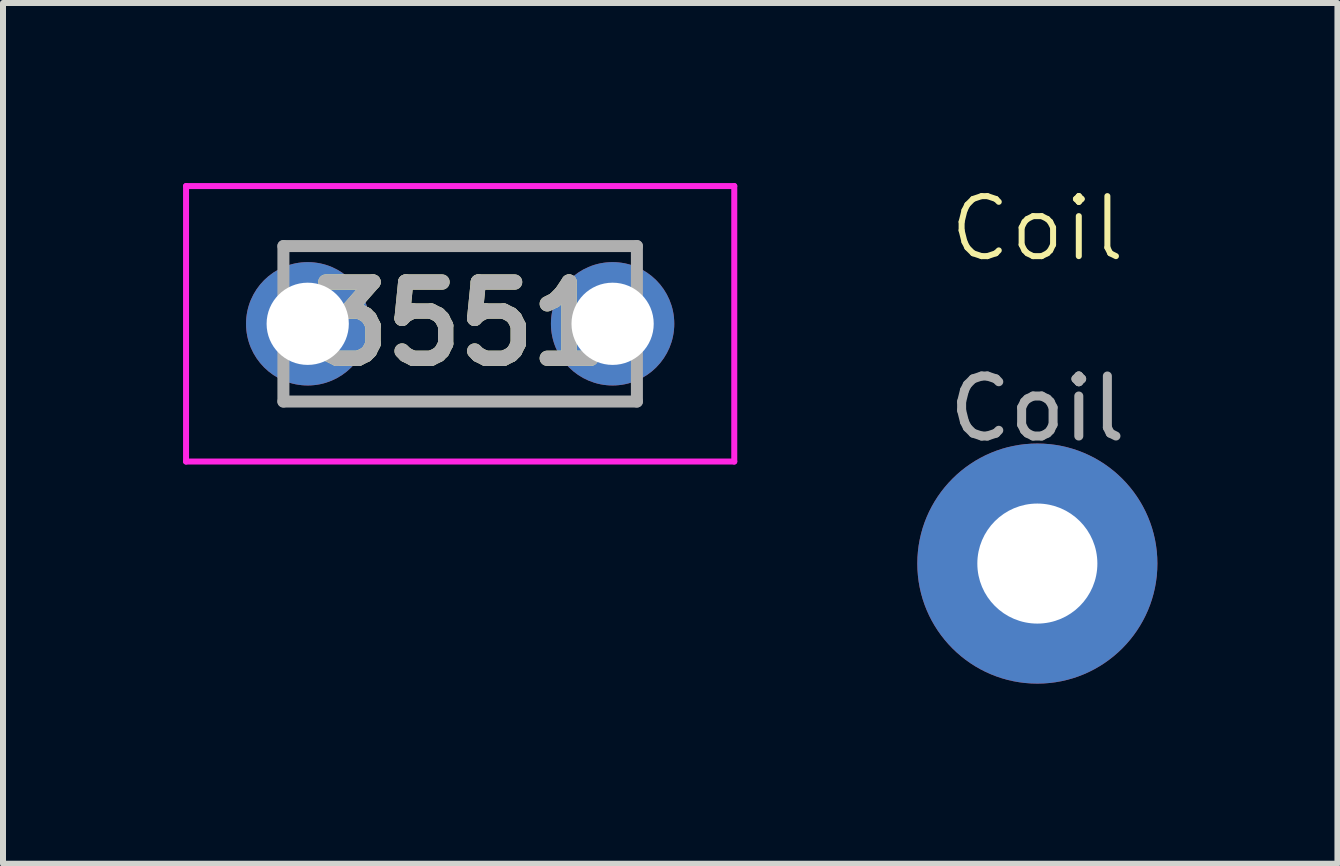
<source format=kicad_pcb>
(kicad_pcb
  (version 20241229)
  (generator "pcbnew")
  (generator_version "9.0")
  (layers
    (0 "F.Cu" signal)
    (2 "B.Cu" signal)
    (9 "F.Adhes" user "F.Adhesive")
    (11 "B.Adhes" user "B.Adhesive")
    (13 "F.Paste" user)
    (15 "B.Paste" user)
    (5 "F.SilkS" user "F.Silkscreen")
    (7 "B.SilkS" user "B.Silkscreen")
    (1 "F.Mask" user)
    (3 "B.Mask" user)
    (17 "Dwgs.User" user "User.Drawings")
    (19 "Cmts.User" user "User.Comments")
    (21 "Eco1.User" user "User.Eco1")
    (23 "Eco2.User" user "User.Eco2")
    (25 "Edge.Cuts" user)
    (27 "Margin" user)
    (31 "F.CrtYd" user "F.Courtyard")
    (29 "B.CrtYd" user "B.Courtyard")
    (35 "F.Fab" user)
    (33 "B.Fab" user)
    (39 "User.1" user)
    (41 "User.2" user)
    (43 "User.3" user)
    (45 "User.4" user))
  (footprint "3551"
    (layer "F.Cu")
    (at 2.077 2.345)
    (property "Reference" "3551" (at 2.54 0 0) (layer "F.SilkS") (effects (font (size 1.27 1.27) (thickness 0.254))))
    (attr through_hole)
    (fp_line (start -0.405 -1.295) (end 5.485 -1.295) (stroke (width 0.1) (type solid)) (layer "F.SilkS"))
    (fp_line (start -0.405 1.295) (end 5.485 1.295) (stroke (width 0.1) (type solid)) (layer "F.SilkS"))
    (fp_line (start -2.027 -2.295) (end 7.107 -2.295) (stroke (width 0.1) (type solid)) (layer "F.CrtYd"))
    (fp_line (start -2.027 2.295) (end -2.027 -2.295) (stroke (width 0.1) (type solid)) (layer "F.CrtYd"))
    (fp_line (start 7.107 -2.295) (end 7.107 2.295) (stroke (width 0.1) (type solid)) (layer "F.CrtYd"))
    (fp_line (start 7.107 2.295) (end -2.027 2.295) (stroke (width 0.1) (type solid)) (layer "F.CrtYd"))
    (fp_line (start -0.405 -1.295) (end 5.485 -1.295) (stroke (width 0.2) (type solid)) (layer "F.Fab"))
    (fp_line (start -0.405 1.295) (end -0.405 -1.295) (stroke (width 0.2) (type solid)) (layer "F.Fab"))
    (fp_line (start 5.485 -1.295) (end 5.485 1.295) (stroke (width 0.2) (type solid)) (layer "F.Fab"))
    (fp_line (start 5.485 1.295) (end -0.405 1.295) (stroke (width 0.2) (type solid)) (layer "F.Fab"))
    (fp_text user "${REFERENCE}" (at 2.54 0 0) (layer "F.Fab") (effects (font (size 1.27 1.27) (thickness 0.254))))
    (pad "1" thru_hole circle (at 0 0) (size 2.055 2.055) (drill 1.37) (layers "*.Cu" "*.Mask"))
    (pad "2" thru_hole circle (at 5.08 0) (size 2.055 2.055) (drill 1.37) (layers "*.Cu" "*.Mask")))
  (footprint "Coil"
    (layer "F.Cu")
    (at 14.234 6.34)
    (property "Reference" "Coil" (at 0 -5.58 0) (unlocked yes) (layer "F.SilkS") (effects (font (size 1 1) (thickness 0.1))))
    (attr through_hole)
    (fp_text user "${REFERENCE}" (at 0 -2.58 0) (unlocked yes) (layer "F.Fab") (effects (font (size 1 1) (thickness 0.15))))
    (pad "1" thru_hole circle (at 0 0) (size 4 4) (drill 2) (layers "*.Cu" "*.Mask")))
  (gr_rect
    (start -3 -3)
    (end 19.234 11.341)
    (stroke (width 0.1) (type default))
    (fill no)
    (layer "Edge.Cuts")))
</source>
